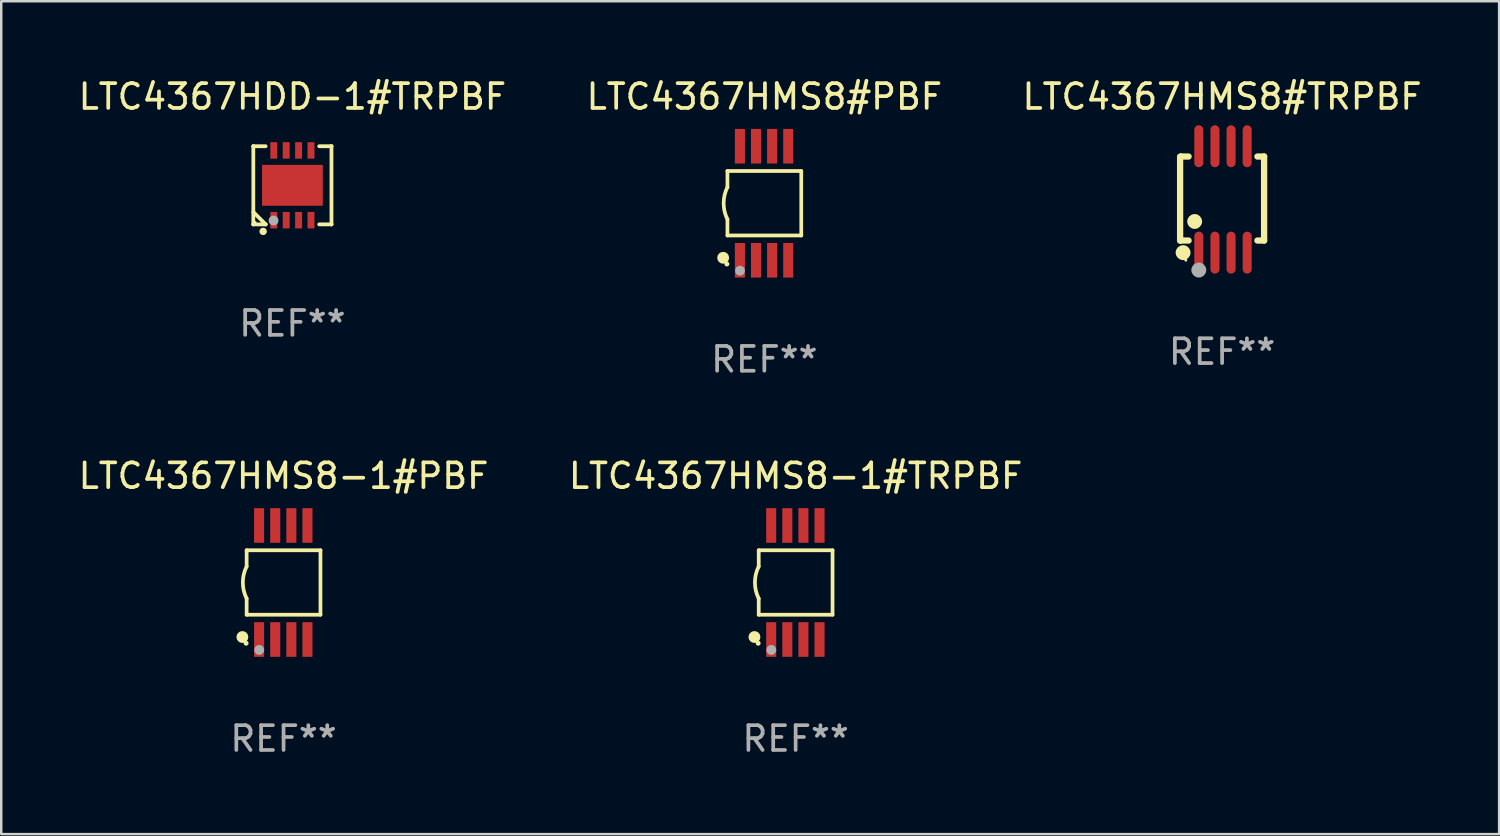
<source format=kicad_pcb>
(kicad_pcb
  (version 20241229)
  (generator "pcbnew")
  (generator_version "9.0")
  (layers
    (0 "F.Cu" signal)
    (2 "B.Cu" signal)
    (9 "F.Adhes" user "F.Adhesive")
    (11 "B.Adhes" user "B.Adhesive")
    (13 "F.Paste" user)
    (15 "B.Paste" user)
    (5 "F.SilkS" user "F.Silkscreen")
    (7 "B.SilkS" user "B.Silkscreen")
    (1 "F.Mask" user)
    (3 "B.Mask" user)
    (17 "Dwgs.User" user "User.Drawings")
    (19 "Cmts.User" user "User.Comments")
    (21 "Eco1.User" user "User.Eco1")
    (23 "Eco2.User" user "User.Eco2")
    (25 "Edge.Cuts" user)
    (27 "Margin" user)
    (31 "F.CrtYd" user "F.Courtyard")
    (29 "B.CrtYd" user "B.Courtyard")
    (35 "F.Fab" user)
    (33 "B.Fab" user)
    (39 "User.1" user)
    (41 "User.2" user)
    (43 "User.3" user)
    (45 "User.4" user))
  (footprint "LTC4367HMS8-1#TRPBF"
    (layer "F.Cu")
    (at 29.042 20.445)
    (property "Reference" "LTC4367HMS8-1#TRPBF" (at 0 -4.3 0) (layer "F.SilkS") (effects (font (size 1 1) (thickness 0.15))))
    (attr through_hole)
    (fp_line (start -1.489 -1.3) (end -1.489 -0.648) (stroke (width 0.15) (type solid)) (layer "F.SilkS"))
    (fp_line (start -1.489 0.648) (end -1.489 1.3) (stroke (width 0.15) (type solid)) (layer "F.SilkS"))
    (fp_line (start -1.489 1.3) (end 1.489 1.3) (stroke (width 0.15) (type solid)) (layer "F.SilkS"))
    (fp_line (start 1.489 -1.3) (end -1.489 -1.3) (stroke (width 0.15) (type solid)) (layer "F.SilkS"))
    (fp_line (start 1.489 1.3) (end 1.489 -1.3) (stroke (width 0.15) (type solid)) (layer "F.SilkS"))
    (fp_arc (start -1.489205 0.647702) (mid -1.642107 0) (end -1.489205 -0.647701) (stroke (width 0.150013) (type solid)) (layer "F.SilkS"))
    (fp_circle (center -1.661 2.2) (end -1.541 2.2) (stroke (width 0.24) (type solid)) (fill no) (layer "F.SilkS"))
    (fp_circle (center -1.511 2.45) (end -1.461 2.45) (stroke (width 0.1) (type solid)) (fill no) (layer "F.SilkS"))
    (fp_circle (center -0.981 2.72) (end -0.881 2.72) (stroke (width 0.2) (type solid)) (fill no) (layer "F.Fab"))
    (fp_text user "REF**" (at 0 6.3 0) (layer "F.Fab") (effects (font (size 1 1) (thickness 0.15))))
    (pad "1" smd rect (at -0.986 2.3) (size 0.406 1.397) (layers "F.Cu" "F.Mask" "F.Paste"))
    (pad "2" smd rect (at -0.336 2.3) (size 0.406 1.397) (layers "F.Cu" "F.Mask" "F.Paste"))
    (pad "3" smd rect (at 0.314 2.3) (size 0.406 1.397) (layers "F.Cu" "F.Mask" "F.Paste"))
    (pad "4" smd rect (at 0.964 2.3) (size 0.406 1.397) (layers "F.Cu" "F.Mask" "F.Paste"))
    (pad "5" smd rect (at 0.964 -2.3) (size 0.406 1.397) (layers "F.Cu" "F.Mask" "F.Paste"))
    (pad "6" smd rect (at 0.314 -2.3) (size 0.406 1.397) (layers "F.Cu" "F.Mask" "F.Paste"))
    (pad "7" smd rect (at -0.336 -2.3) (size 0.406 1.397) (layers "F.Cu" "F.Mask" "F.Paste"))
    (pad "8" smd rect (at -0.986 -2.3) (size 0.406 1.397) (layers "F.Cu" "F.Mask" "F.Paste")))
  (footprint "LTC4367HMS8#TRPBF"
    (layer "F.Cu")
    (at 46.244 4.994)
    (property "Reference" "LTC4367HMS8#TRPBF" (at 0 -4.146 0) (layer "F.SilkS") (effects (font (size 1 1) (thickness 0.15))))
    (attr through_hole)
    (fp_line (start -1.694 -1.724) (end -1.694 1.652) (stroke (width 0.254) (type solid)) (layer "F.SilkS"))
    (fp_line (start -1.694 1.652) (end -1.688 1.658) (stroke (width 0.254) (type solid)) (layer "F.SilkS"))
    (fp_line (start -1.688 1.658) (end -1.353 1.658) (stroke (width 0.254) (type solid)) (layer "F.SilkS"))
    (fp_line (start -1.661 -1.73) (end -1.681 -1.71) (stroke (width 0.254) (type solid)) (layer "F.SilkS"))
    (fp_line (start -1.353 -1.73) (end -1.661 -1.73) (stroke (width 0.254) (type solid)) (layer "F.SilkS"))
    (fp_line (start 1.424 1.658) (end 1.694 1.658) (stroke (width 0.254) (type solid)) (layer "F.SilkS"))
    (fp_line (start 1.694 -1.73) (end 1.424 -1.73) (stroke (width 0.254) (type solid)) (layer "F.SilkS"))
    (fp_line (start 1.694 1.658) (end 1.694 -1.73) (stroke (width 0.254) (type solid)) (layer "F.SilkS"))
    (fp_circle (center -1.574 2.146) (end -1.424 2.146) (stroke (width 0.3) (type solid)) (fill no) (layer "F.SilkS"))
    (fp_circle (center -1.464 2.45) (end -1.434 2.45) (stroke (width 0.06) (type solid)) (fill no) (layer "F.SilkS"))
    (fp_circle (center -1.107 0.889) (end -0.957 0.889) (stroke (width 0.3) (type solid)) (fill no) (layer "F.SilkS"))
    (fp_circle (center -0.94 2.85) (end -0.789 2.85) (stroke (width 0.3) (type solid)) (fill no) (layer "F.Fab"))
    (fp_text user "REF**" (at 0 6.146 0) (layer "F.Fab") (effects (font (size 1 1) (thickness 0.15))))
    (pad "1" smd oval (at -0.94 2.146) (size 0.364 1.692) (layers "F.Cu" "F.Mask" "F.Paste"))
    (pad "2" smd oval (at -0.289 2.146) (size 0.364 1.692) (layers "F.Cu" "F.Mask" "F.Paste"))
    (pad "3" smd oval (at 0.361 2.146) (size 0.364 1.692) (layers "F.Cu" "F.Mask" "F.Paste"))
    (pad "4" smd oval (at 1.011 2.146) (size 0.364 1.692) (layers "F.Cu" "F.Mask" "F.Paste"))
    (pad "5" smd oval (at 1.011 -2.146) (size 0.364 1.692) (layers "F.Cu" "F.Mask" "F.Paste"))
    (pad "6" smd oval (at 0.361 -2.146) (size 0.364 1.692) (layers "F.Cu" "F.Mask" "F.Paste"))
    (pad "7" smd oval (at -0.289 -2.146) (size 0.364 1.692) (layers "F.Cu" "F.Mask" "F.Paste"))
    (pad "8" smd oval (at -0.94 -2.146) (size 0.364 1.692) (layers "F.Cu" "F.Mask" "F.Paste")))
  (footprint "LTC4367HDD-1#TRPBF"
    (layer "F.Cu")
    (at 8.744 4.424)
    (property "Reference" "LTC4367HDD-1#TRPBF" (at 0 -3.576 0) (layer "F.SilkS") (effects (font (size 1 1) (thickness 0.15))))
    (attr through_hole)
    (fp_line (start -1.576 -1.576) (end -1.576 -1.576) (stroke (width 0.152) (type solid)) (layer "F.SilkS"))
    (fp_line (start -1.576 -1.576) (end -1.08 -1.576) (stroke (width 0.152) (type solid)) (layer "F.SilkS"))
    (fp_line (start -1.576 1.576) (end -1.576 -1.576) (stroke (width 0.152) (type solid)) (layer "F.SilkS"))
    (fp_line (start -1.576 1.576) (end -1.576 1.576) (stroke (width 0.152) (type solid)) (layer "F.SilkS"))
    (fp_line (start -1.08 1.575) (end -1.576 1.079) (stroke (width 0.152) (type solid)) (layer "F.SilkS"))
    (fp_line (start -1.08 1.576) (end -1.576 1.576) (stroke (width 0.152) (type solid)) (layer "F.SilkS"))
    (fp_line (start -1.08 1.576) (end -1.08 1.575) (stroke (width 0.152) (type solid)) (layer "F.SilkS"))
    (fp_line (start 1.08 1.576) (end 1.576 1.576) (stroke (width 0.152) (type solid)) (layer "F.SilkS"))
    (fp_line (start 1.576 -1.576) (end 1.08 -1.576) (stroke (width 0.152) (type solid)) (layer "F.SilkS"))
    (fp_line (start 1.576 -1.576) (end 1.576 -1.576) (stroke (width 0.152) (type solid)) (layer "F.SilkS"))
    (fp_line (start 1.576 1.576) (end 1.576 -1.576) (stroke (width 0.152) (type solid)) (layer "F.SilkS"))
    (fp_line (start 1.576 1.576) (end 1.576 1.576) (stroke (width 0.152) (type solid)) (layer "F.SilkS"))
    (fp_circle (center -1.5 1.5) (end -1.47 1.5) (stroke (width 0.06) (type solid)) (fill no) (layer "F.SilkS"))
    (fp_circle (center -1.18 1.86) (end -1.105 1.86) (stroke (width 0.15) (type solid)) (fill no) (layer "F.SilkS"))
    (fp_circle (center -0.76 1.42) (end -0.66 1.42) (stroke (width 0.2) (type solid)) (fill no) (layer "F.Fab"))
    (fp_text user "REF**" (at 0 5.576 0) (layer "F.Fab") (effects (font (size 1 1) (thickness 0.15))))
    (pad "1" smd rect (at -0.75 1.407) (size 0.28 0.665) (layers "F.Cu" "F.Mask" "F.Paste"))
    (pad "2" smd rect (at -0.25 1.407) (size 0.28 0.665) (layers "F.Cu" "F.Mask" "F.Paste"))
    (pad "3" smd rect (at 0.25 1.407) (size 0.28 0.665) (layers "F.Cu" "F.Mask" "F.Paste"))
    (pad "4" smd rect (at 0.75 1.407) (size 0.28 0.665) (layers "F.Cu" "F.Mask" "F.Paste"))
    (pad "5" smd rect (at 0.75 -1.407) (size 0.28 0.665) (layers "F.Cu" "F.Mask" "F.Paste"))
    (pad "6" smd rect (at 0.25 -1.407) (size 0.28 0.665) (layers "F.Cu" "F.Mask" "F.Paste"))
    (pad "7" smd rect (at -0.25 -1.407) (size 0.28 0.665) (layers "F.Cu" "F.Mask" "F.Paste"))
    (pad "8" smd rect (at -0.75 -1.407) (size 0.28 0.665) (layers "F.Cu" "F.Mask" "F.Paste"))
    (pad "9" smd rect (at 0 0) (size 2.45 1.65) (layers "F.Cu" "F.Mask" "F.Paste")))
  (footprint "LTC4367HMS8#PBF"
    (layer "F.Cu")
    (at 27.78 5.148)
    (property "Reference" "LTC4367HMS8#PBF" (at 0 -4.3 0) (layer "F.SilkS") (effects (font (size 1 1) (thickness 0.15))))
    (attr through_hole)
    (fp_line (start -1.489 -1.3) (end -1.489 -0.648) (stroke (width 0.15) (type solid)) (layer "F.SilkS"))
    (fp_line (start -1.489 0.648) (end -1.489 1.3) (stroke (width 0.15) (type solid)) (layer "F.SilkS"))
    (fp_line (start -1.489 1.3) (end 1.489 1.3) (stroke (width 0.15) (type solid)) (layer "F.SilkS"))
    (fp_line (start 1.489 -1.3) (end -1.489 -1.3) (stroke (width 0.15) (type solid)) (layer "F.SilkS"))
    (fp_line (start 1.489 1.3) (end 1.489 -1.3) (stroke (width 0.15) (type solid)) (layer "F.SilkS"))
    (fp_arc (start -1.489205 0.647702) (mid -1.642107 0) (end -1.489205 -0.647701) (stroke (width 0.150013) (type solid)) (layer "F.SilkS"))
    (fp_circle (center -1.661 2.2) (end -1.541 2.2) (stroke (width 0.24) (type solid)) (fill no) (layer "F.SilkS"))
    (fp_circle (center -1.511 2.45) (end -1.461 2.45) (stroke (width 0.1) (type solid)) (fill no) (layer "F.SilkS"))
    (fp_circle (center -0.981 2.72) (end -0.881 2.72) (stroke (width 0.2) (type solid)) (fill no) (layer "F.Fab"))
    (fp_text user "REF**" (at 0 6.3 0) (layer "F.Fab") (effects (font (size 1 1) (thickness 0.15))))
    (pad "1" smd rect (at -0.986 2.3) (size 0.406 1.397) (layers "F.Cu" "F.Mask" "F.Paste"))
    (pad "2" smd rect (at -0.336 2.3) (size 0.406 1.397) (layers "F.Cu" "F.Mask" "F.Paste"))
    (pad "3" smd rect (at 0.314 2.3) (size 0.406 1.397) (layers "F.Cu" "F.Mask" "F.Paste"))
    (pad "4" smd rect (at 0.964 2.3) (size 0.406 1.397) (layers "F.Cu" "F.Mask" "F.Paste"))
    (pad "5" smd rect (at 0.964 -2.3) (size 0.406 1.397) (layers "F.Cu" "F.Mask" "F.Paste"))
    (pad "6" smd rect (at 0.314 -2.3) (size 0.406 1.397) (layers "F.Cu" "F.Mask" "F.Paste"))
    (pad "7" smd rect (at -0.336 -2.3) (size 0.406 1.397) (layers "F.Cu" "F.Mask" "F.Paste"))
    (pad "8" smd rect (at -0.986 -2.3) (size 0.406 1.397) (layers "F.Cu" "F.Mask" "F.Paste")))
  (footprint "LTC4367HMS8-1#PBF"
    (layer "F.Cu")
    (at 8.387 20.445)
    (property "Reference" "LTC4367HMS8-1#PBF" (at 0 -4.3 0) (layer "F.SilkS") (effects (font (size 1 1) (thickness 0.15))))
    (attr through_hole)
    (fp_line (start -1.489 -1.3) (end -1.489 -0.648) (stroke (width 0.15) (type solid)) (layer "F.SilkS"))
    (fp_line (start -1.489 0.648) (end -1.489 1.3) (stroke (width 0.15) (type solid)) (layer "F.SilkS"))
    (fp_line (start -1.489 1.3) (end 1.489 1.3) (stroke (width 0.15) (type solid)) (layer "F.SilkS"))
    (fp_line (start 1.489 -1.3) (end -1.489 -1.3) (stroke (width 0.15) (type solid)) (layer "F.SilkS"))
    (fp_line (start 1.489 1.3) (end 1.489 -1.3) (stroke (width 0.15) (type solid)) (layer "F.SilkS"))
    (fp_arc (start -1.489205 0.647702) (mid -1.642107 0) (end -1.489205 -0.647701) (stroke (width 0.150013) (type solid)) (layer "F.SilkS"))
    (fp_circle (center -1.661 2.2) (end -1.541 2.2) (stroke (width 0.24) (type solid)) (fill no) (layer "F.SilkS"))
    (fp_circle (center -1.511 2.45) (end -1.461 2.45) (stroke (width 0.1) (type solid)) (fill no) (layer "F.SilkS"))
    (fp_circle (center -0.981 2.72) (end -0.881 2.72) (stroke (width 0.2) (type solid)) (fill no) (layer "F.Fab"))
    (fp_text user "REF**" (at 0 6.3 0) (layer "F.Fab") (effects (font (size 1 1) (thickness 0.15))))
    (pad "1" smd rect (at -0.986 2.3) (size 0.406 1.397) (layers "F.Cu" "F.Mask" "F.Paste"))
    (pad "2" smd rect (at -0.336 2.3) (size 0.406 1.397) (layers "F.Cu" "F.Mask" "F.Paste"))
    (pad "3" smd rect (at 0.314 2.3) (size 0.406 1.397) (layers "F.Cu" "F.Mask" "F.Paste"))
    (pad "4" smd rect (at 0.964 2.3) (size 0.406 1.397) (layers "F.Cu" "F.Mask" "F.Paste"))
    (pad "5" smd rect (at 0.964 -2.3) (size 0.406 1.397) (layers "F.Cu" "F.Mask" "F.Paste"))
    (pad "6" smd rect (at 0.314 -2.3) (size 0.406 1.397) (layers "F.Cu" "F.Mask" "F.Paste"))
    (pad "7" smd rect (at -0.336 -2.3) (size 0.406 1.397) (layers "F.Cu" "F.Mask" "F.Paste"))
    (pad "8" smd rect (at -0.986 -2.3) (size 0.406 1.397) (layers "F.Cu" "F.Mask" "F.Paste")))
  (gr_rect
    (start -3 -3)
    (end 57.417 30.593)
    (stroke (width 0.1) (type default))
    (fill no)
    (layer "Edge.Cuts")))
</source>
